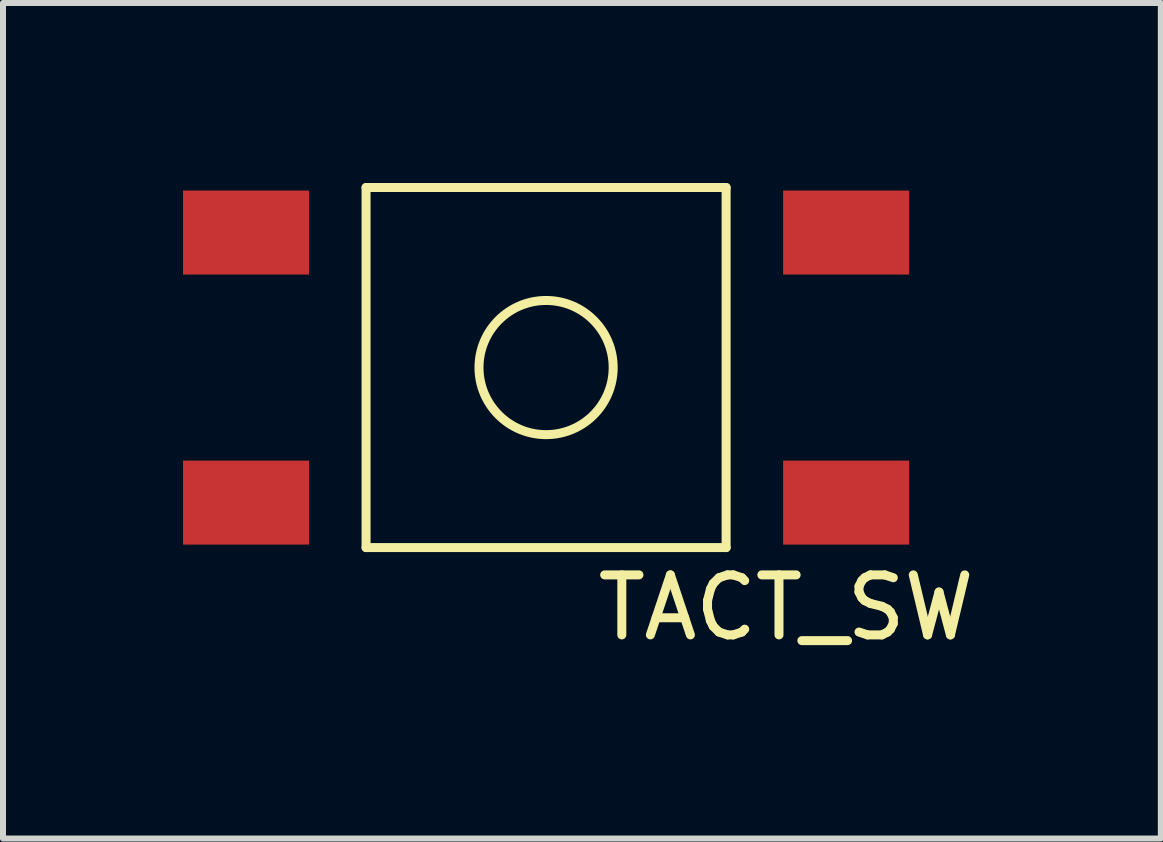
<source format=kicad_pcb>
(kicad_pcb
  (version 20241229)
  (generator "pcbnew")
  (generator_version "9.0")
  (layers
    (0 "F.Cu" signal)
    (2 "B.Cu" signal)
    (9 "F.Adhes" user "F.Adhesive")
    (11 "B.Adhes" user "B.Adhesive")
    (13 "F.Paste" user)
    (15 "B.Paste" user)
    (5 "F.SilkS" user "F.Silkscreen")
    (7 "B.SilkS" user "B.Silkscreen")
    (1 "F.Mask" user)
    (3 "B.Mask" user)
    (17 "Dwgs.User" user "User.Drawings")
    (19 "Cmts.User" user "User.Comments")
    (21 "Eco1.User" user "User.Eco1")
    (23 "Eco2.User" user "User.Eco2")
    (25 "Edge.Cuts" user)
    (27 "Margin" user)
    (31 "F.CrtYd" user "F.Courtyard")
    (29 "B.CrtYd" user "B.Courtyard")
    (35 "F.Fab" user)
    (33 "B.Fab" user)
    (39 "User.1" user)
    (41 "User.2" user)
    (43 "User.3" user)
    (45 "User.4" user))
  (footprint "TACT_SW"
    (layer "F.Cu")
    (at 6.05 3.075)
    (property "Reference" "TACT_SW" (at 4 4 0) (layer "F.SilkS") (effects (font (size 1 1) (thickness 0.15))))
    (attr through_hole)
    (fp_line (start -3 -3) (end 3 -3) (stroke (width 0.15) (type solid)) (layer "F.SilkS"))
    (fp_line (start -3 3) (end -3 -3) (stroke (width 0.15) (type solid)) (layer "F.SilkS"))
    (fp_line (start 3 -3) (end 3 3) (stroke (width 0.15) (type solid)) (layer "F.SilkS"))
    (fp_line (start 3 3) (end -3 3) (stroke (width 0.15) (type solid)) (layer "F.SilkS"))
    (fp_circle (center 0 0) (end 0.5 1) (stroke (width 0.15) (type solid)) (fill no) (layer "F.SilkS"))
    (pad "1" smd rect (at -5 -2.25) (size 2.1 1.4) (layers "F.Cu" "F.Mask" "F.Paste"))
    (pad "2" smd rect (at 5 -2.25) (size 2.1 1.4) (layers "F.Cu" "F.Mask" "F.Paste"))
    (pad "3" smd rect (at -5 2.25) (size 2.1 1.4) (layers "F.Cu" "F.Mask" "F.Paste"))
    (pad "4" smd rect (at 5 2.25) (size 2.1 1.4) (layers "F.Cu" "F.Mask" "F.Paste")))
  (gr_rect
    (start -3 -3)
    (end 16.294 10.923)
    (stroke (width 0.1) (type default))
    (fill no)
    (layer "Edge.Cuts")))
</source>
